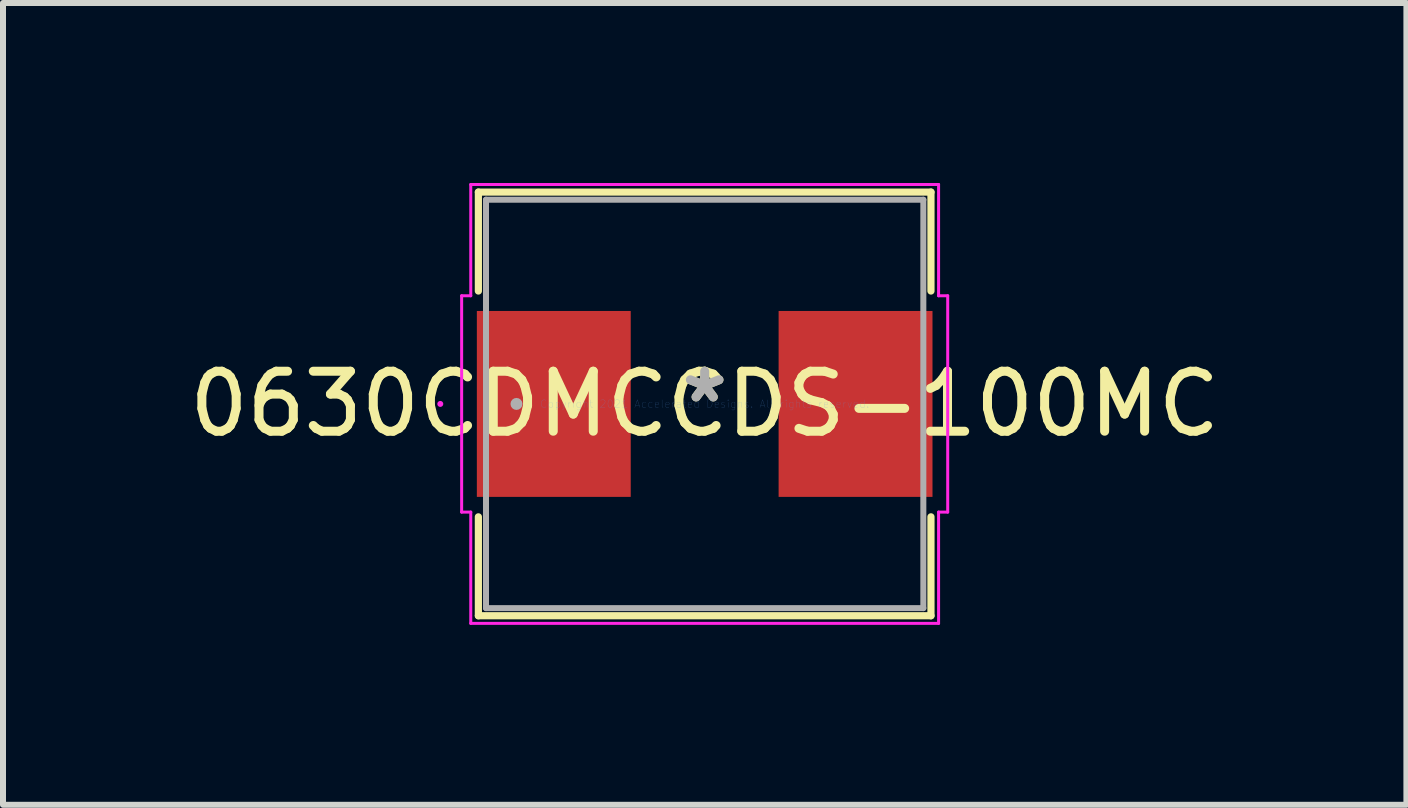
<source format=kicad_pcb>
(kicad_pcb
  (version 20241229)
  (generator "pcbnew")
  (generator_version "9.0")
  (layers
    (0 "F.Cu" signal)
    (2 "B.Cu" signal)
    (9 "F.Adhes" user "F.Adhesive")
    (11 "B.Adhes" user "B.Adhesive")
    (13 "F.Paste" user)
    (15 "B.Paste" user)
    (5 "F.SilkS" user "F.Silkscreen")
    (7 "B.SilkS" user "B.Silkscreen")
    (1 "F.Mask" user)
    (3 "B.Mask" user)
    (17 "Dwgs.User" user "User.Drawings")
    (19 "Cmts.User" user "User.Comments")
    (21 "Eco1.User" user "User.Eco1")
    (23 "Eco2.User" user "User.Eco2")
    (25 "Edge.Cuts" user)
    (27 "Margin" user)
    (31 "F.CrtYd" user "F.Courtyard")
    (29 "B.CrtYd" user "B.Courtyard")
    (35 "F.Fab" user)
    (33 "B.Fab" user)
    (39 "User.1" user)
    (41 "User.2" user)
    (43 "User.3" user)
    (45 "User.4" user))
  (footprint "0630CDMCCDS-100MC"
    (layer "F.Cu")
    (at 8.696 3.683)
    (property "Reference" "0630CDMCCDS-100MC" (at 0 0 0) (layer "F.SilkS") (effects (font (size 1 1) (thickness 0.15))))
    (attr through_hole)
    (fp_line (start -3.772 -3.531) (end -3.772 -1.882) (stroke (width 0.12) (type solid)) (layer "F.SilkS"))
    (fp_line (start -3.772 1.882) (end -3.772 3.531) (stroke (width 0.12) (type solid)) (layer "F.SilkS"))
    (fp_line (start -3.772 3.531) (end 3.772 3.531) (stroke (width 0.12) (type solid)) (layer "F.SilkS"))
    (fp_line (start 3.772 -3.531) (end -3.772 -3.531) (stroke (width 0.12) (type solid)) (layer "F.SilkS"))
    (fp_line (start 3.772 -1.882) (end 3.772 -3.531) (stroke (width 0.12) (type solid)) (layer "F.SilkS"))
    (fp_line (start 3.772 3.531) (end 3.772 1.882) (stroke (width 0.12) (type solid)) (layer "F.SilkS"))
    (fp_line (start -4.051 -1.803) (end -3.899 -1.803) (stroke (width 0.05) (type solid)) (layer "F.CrtYd"))
    (fp_line (start -4.051 1.803) (end -4.051 -1.803) (stroke (width 0.05) (type solid)) (layer "F.CrtYd"))
    (fp_line (start -3.899 -3.658) (end 3.899 -3.658) (stroke (width 0.05) (type solid)) (layer "F.CrtYd"))
    (fp_line (start -3.899 -1.803) (end -3.899 -3.658) (stroke (width 0.05) (type solid)) (layer "F.CrtYd"))
    (fp_line (start -3.899 1.803) (end -4.051 1.803) (stroke (width 0.05) (type solid)) (layer "F.CrtYd"))
    (fp_line (start -3.899 3.658) (end -3.899 1.803) (stroke (width 0.05) (type solid)) (layer "F.CrtYd"))
    (fp_line (start 3.899 -3.658) (end 3.899 -1.803) (stroke (width 0.05) (type solid)) (layer "F.CrtYd"))
    (fp_line (start 3.899 -1.803) (end 4.051 -1.803) (stroke (width 0.05) (type solid)) (layer "F.CrtYd"))
    (fp_line (start 3.899 1.803) (end 3.899 3.658) (stroke (width 0.05) (type solid)) (layer "F.CrtYd"))
    (fp_line (start 3.899 3.658) (end -3.899 3.658) (stroke (width 0.05) (type solid)) (layer "F.CrtYd"))
    (fp_line (start 4.051 -1.803) (end 4.051 1.803) (stroke (width 0.05) (type solid)) (layer "F.CrtYd"))
    (fp_line (start 4.051 1.803) (end 3.899 1.803) (stroke (width 0.05) (type solid)) (layer "F.CrtYd"))
    (fp_circle (center -4.407 0) (end -4.407 0) (stroke (width 0.05) (type solid)) (fill no) (layer "F.CrtYd"))
    (fp_line (start -3.645 -3.404) (end -3.645 3.404) (stroke (width 0.1) (type solid)) (layer "F.Fab"))
    (fp_line (start -3.645 3.404) (end 3.645 3.404) (stroke (width 0.1) (type solid)) (layer "F.Fab"))
    (fp_line (start 3.645 -3.404) (end -3.645 -3.404) (stroke (width 0.1) (type solid)) (layer "F.Fab"))
    (fp_line (start 3.645 3.404) (end 3.645 -3.404) (stroke (width 0.1) (type solid)) (layer "F.Fab"))
    (fp_circle (center -3.137 0) (end -3.137 0) (stroke (width 0.1) (type solid)) (fill no) (layer "F.Fab"))
    (fp_text user "*" (at 0 0 0) (layer "F.SilkS") (effects (font (size 1 1) (thickness 0.15))))
    (fp_text user "Copyright 2021 Accelerated Designs. All rights reserved." (at 0 0 0) (layer "Cmts.User") (effects (font (size 0.127 0.127) (thickness 0.002))))
    (fp_text user "*" (at 0 0 0) (layer "F.Fab") (effects (font (size 1 1) (thickness 0.15))))
    (pad "1" smd rect (at -2.515 0 90) (size 3.099 2.565) (layers "F.Cu" "F.Mask" "F.Paste"))
    (pad "2" smd rect (at 2.515 0 90) (size 3.099 2.565) (layers "F.Cu" "F.Mask" "F.Paste")))
  (gr_rect
    (start -3 -3)
    (end 20.393 10.365)
    (stroke (width 0.1) (type default))
    (fill no)
    (layer "Edge.Cuts")))
</source>
